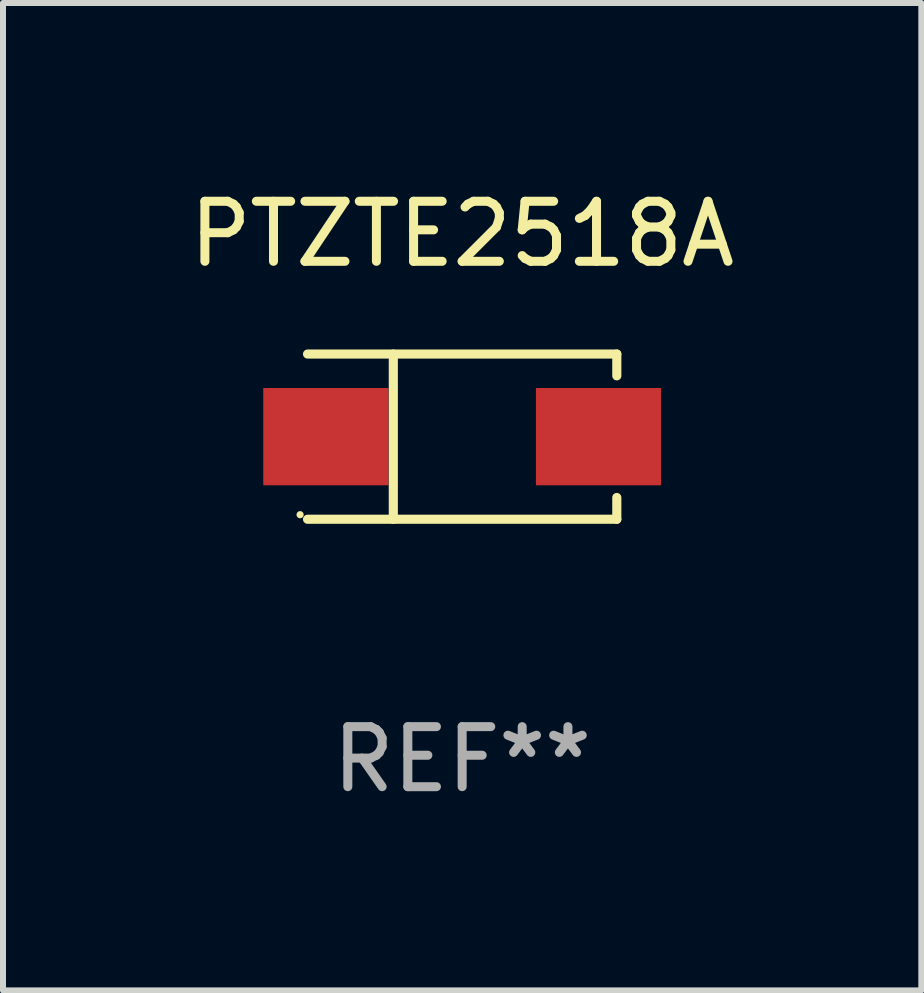
<source format=kicad_pcb>
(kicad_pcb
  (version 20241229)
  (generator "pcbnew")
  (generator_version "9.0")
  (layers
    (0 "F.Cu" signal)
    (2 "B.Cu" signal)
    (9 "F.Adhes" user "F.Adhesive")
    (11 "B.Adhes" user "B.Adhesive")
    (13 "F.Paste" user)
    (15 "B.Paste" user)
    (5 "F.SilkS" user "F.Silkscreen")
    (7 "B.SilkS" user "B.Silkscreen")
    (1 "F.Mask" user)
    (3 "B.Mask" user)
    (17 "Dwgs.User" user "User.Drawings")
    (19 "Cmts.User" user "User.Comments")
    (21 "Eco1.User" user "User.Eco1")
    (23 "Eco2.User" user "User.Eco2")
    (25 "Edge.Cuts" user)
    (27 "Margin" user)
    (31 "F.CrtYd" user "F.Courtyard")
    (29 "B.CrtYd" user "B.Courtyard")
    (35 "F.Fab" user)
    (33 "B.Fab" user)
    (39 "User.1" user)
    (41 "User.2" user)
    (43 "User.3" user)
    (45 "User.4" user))
  (footprint "PTZTE2518A"
    (layer "F.Cu")
    (at 4.649 4.224)
    (property "Reference" "PTZTE2518A" (at 0 -3.376 0) (layer "F.SilkS") (effects (font (size 1 1) (thickness 0.15))))
    (attr through_hole)
    (fp_line (start -2.576 -1.376) (end 2.576 -1.376) (stroke (width 0.152) (type solid)) (layer "F.SilkS"))
    (fp_line (start -2.576 1.376) (end 2.576 1.376) (stroke (width 0.152) (type solid)) (layer "F.SilkS"))
    (fp_line (start -1.147 -1.376) (end -1.147 1.376) (stroke (width 0.152) (type solid)) (layer "F.SilkS"))
    (fp_line (start 2.576 -1.376) (end 2.576 -1.013) (stroke (width 0.152) (type solid)) (layer "F.SilkS"))
    (fp_line (start 2.576 1.376) (end 2.576 1.013) (stroke (width 0.152) (type solid)) (layer "F.SilkS"))
    (fp_circle (center -2.7 1.3) (end -2.67 1.3) (stroke (width 0.06) (type solid)) (fill no) (layer "F.SilkS"))
    (fp_text user "REF**" (at 0 5.376 0) (layer "F.Fab") (effects (font (size 1 1) (thickness 0.15))))
    (pad "1" smd rect (at -2.271 0) (size 2.085 1.62) (layers "F.Cu" "F.Mask" "F.Paste"))
    (pad "2" smd rect (at 2.271 0) (size 2.085 1.62) (layers "F.Cu" "F.Mask" "F.Paste")))
  (gr_rect
    (start -3 -3)
    (end 12.298 13.449)
    (stroke (width 0.1) (type default))
    (fill no)
    (layer "Edge.Cuts")))
</source>
